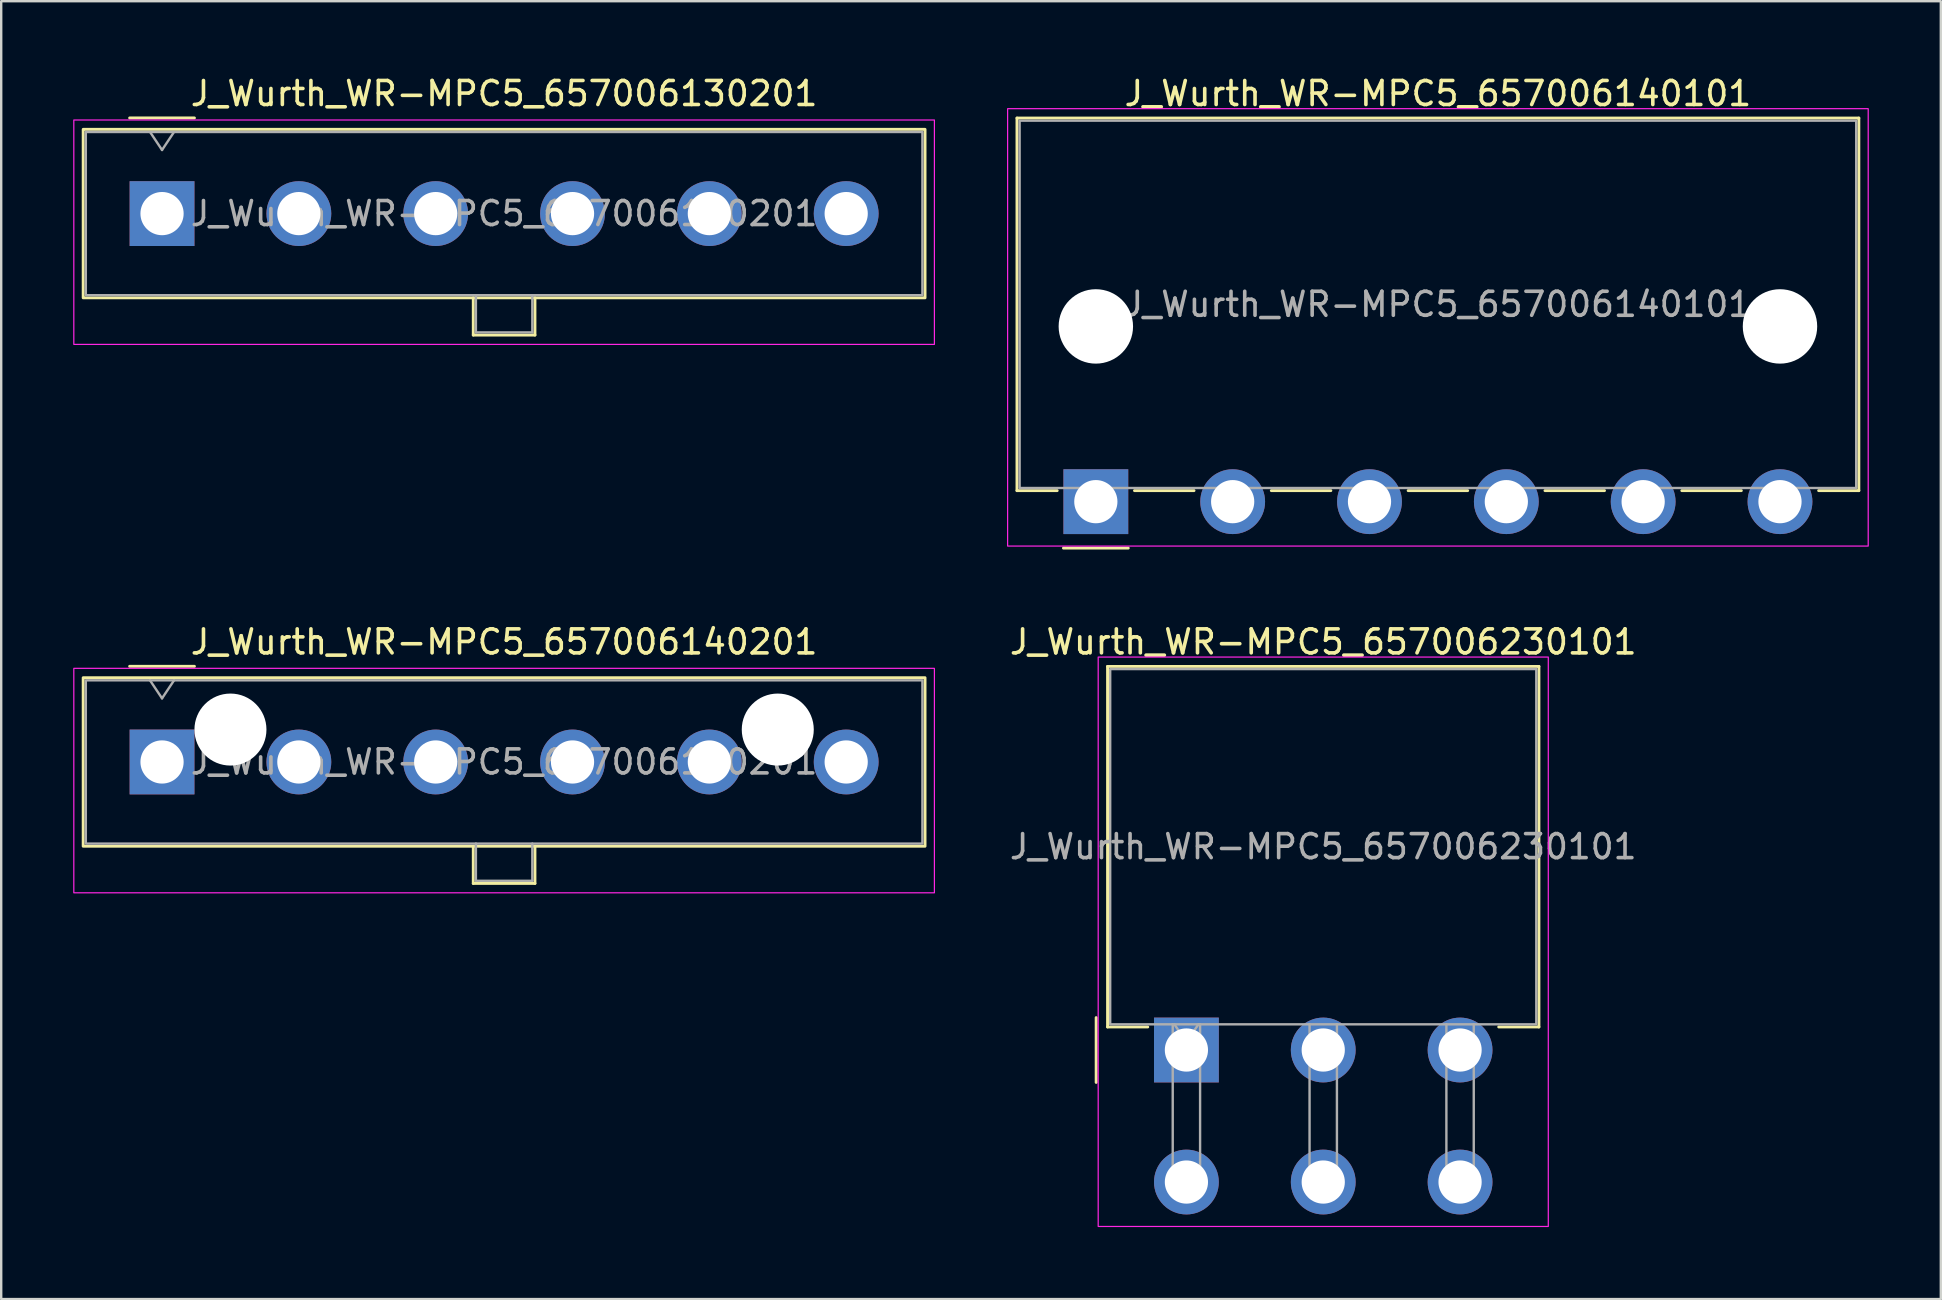
<source format=kicad_pcb>
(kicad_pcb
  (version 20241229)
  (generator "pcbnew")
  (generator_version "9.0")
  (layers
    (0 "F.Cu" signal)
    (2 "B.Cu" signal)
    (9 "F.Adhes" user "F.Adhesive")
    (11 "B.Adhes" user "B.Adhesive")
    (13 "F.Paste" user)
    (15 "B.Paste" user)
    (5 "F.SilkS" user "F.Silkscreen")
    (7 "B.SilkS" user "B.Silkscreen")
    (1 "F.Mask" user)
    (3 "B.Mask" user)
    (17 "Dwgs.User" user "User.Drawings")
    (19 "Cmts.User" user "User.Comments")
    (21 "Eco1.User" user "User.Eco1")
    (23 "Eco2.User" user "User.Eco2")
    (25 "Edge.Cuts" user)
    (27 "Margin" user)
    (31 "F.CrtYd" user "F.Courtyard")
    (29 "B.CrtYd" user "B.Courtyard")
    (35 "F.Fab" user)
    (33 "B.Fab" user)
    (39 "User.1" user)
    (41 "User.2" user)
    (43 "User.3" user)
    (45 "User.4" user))
  (footprint "J_Wurth_WR-MPC5_657006140201"
    (layer "F.Cu")
    (at 3.7 28.692)
    (property "Reference" "J_Wurth_WR-MPC5_657006140201" (at 14.25 -5 0) (unlocked yes) (layer "F.SilkS") (effects (font (size 1 1) (thickness 0.15))))
    (attr through_hole)
    (fp_line (start -1.35 -3.985) (end 1.35 -3.985) (stroke (width 0.12) (type solid)) (layer "F.SilkS"))
    (fp_line (start 12.965 3.51) (end 12.965 5.06) (stroke (width 0.12) (type solid)) (layer "F.SilkS"))
    (fp_line (start 12.965 5.06) (end 15.535 5.06) (stroke (width 0.12) (type solid)) (layer "F.SilkS"))
    (fp_line (start 15.535 3.51) (end 15.535 5.06) (stroke (width 0.12) (type solid)) (layer "F.SilkS"))
    (fp_rect (start -3.285 -3.51) (end 31.785 3.51) (stroke (width 0.12) (type solid)) (fill no) (layer "F.SilkS"))
    (fp_rect (start -3.675 -3.9) (end 32.175 5.45) (stroke (width 0.05) (type solid)) (fill no) (layer "F.CrtYd"))
    (fp_line (start 0 -2.65) (end -0.5 -3.4) (stroke (width 0.1) (type solid)) (layer "F.Fab"))
    (fp_line (start 0 -2.65) (end 0.5 -3.4) (stroke (width 0.1) (type solid)) (layer "F.Fab"))
    (fp_line (start 13.075 4.95) (end 13.075 3.4) (stroke (width 0.1) (type solid)) (layer "F.Fab"))
    (fp_line (start 15.425 3.4) (end 15.425 4.95) (stroke (width 0.1) (type solid)) (layer "F.Fab"))
    (fp_line (start 15.425 4.95) (end 13.075 4.95) (stroke (width 0.1) (type solid)) (layer "F.Fab"))
    (fp_rect (start -3.175 -3.4) (end 31.675 3.4) (stroke (width 0.1) (type solid)) (fill no) (layer "F.Fab"))
    (fp_text user "${REFERENCE}" (at 14.25 0 0) (unlocked yes) (layer "F.Fab") (effects (font (size 1 1) (thickness 0.15))))
    (pad "" np_thru_hole circle (at 2.85 -1.35) (size 3 3) (drill 3) (layers "*.Cu" "*.Mask"))
    (pad "" np_thru_hole circle (at 25.65 -1.35) (size 3 3) (drill 3) (layers "*.Cu" "*.Mask"))
    (pad "1" thru_hole rect (at 0 0 180) (size 2.7 2.7) (drill 1.8) (layers "*.Cu" "*.Mask"))
    (pad "2" thru_hole circle (at 5.7 0 180) (size 2.7 2.7) (drill 1.8) (layers "*.Cu" "*.Mask"))
    (pad "3" thru_hole circle (at 11.4 0 180) (size 2.7 2.7) (drill 1.8) (layers "*.Cu" "*.Mask"))
    (pad "4" thru_hole circle (at 17.1 0 180) (size 2.7 2.7) (drill 1.8) (layers "*.Cu" "*.Mask"))
    (pad "5" thru_hole circle (at 22.8 0 180) (size 2.7 2.7) (drill 1.8) (layers "*.Cu" "*.Mask"))
    (pad "6" thru_hole circle (at 28.5 0 180) (size 2.7 2.7) (drill 1.8) (layers "*.Cu" "*.Mask")))
  (footprint "J_Wurth_WR-MPC5_657006140101"
    (layer "F.Cu")
    (at 42.6 17.848)
    (property "Reference" "J_Wurth_WR-MPC5_657006140101" (at 14.25 -17 0) (unlocked yes) (layer "F.SilkS") (effects (font (size 1 1) (thickness 0.15))))
    (attr through_hole)
    (fp_line (start -3.285 -15.98) (end -3.285 -0.46) (stroke (width 0.12) (type solid)) (layer "F.SilkS"))
    (fp_line (start -3.285 -15.98) (end 31.785 -15.98) (stroke (width 0.12) (type solid)) (layer "F.SilkS"))
    (fp_line (start -1.61 -0.46) (end -3.285 -0.46) (stroke (width 0.12) (type solid)) (layer "F.SilkS"))
    (fp_line (start 1.35 1.935) (end -1.35 1.935) (stroke (width 0.12) (type solid)) (layer "F.SilkS"))
    (fp_line (start 4.09 -0.46) (end 1.61 -0.46) (stroke (width 0.12) (type solid)) (layer "F.SilkS"))
    (fp_line (start 9.79 -0.46) (end 7.31 -0.46) (stroke (width 0.12) (type solid)) (layer "F.SilkS"))
    (fp_line (start 15.49 -0.46) (end 13.01 -0.46) (stroke (width 0.12) (type solid)) (layer "F.SilkS"))
    (fp_line (start 21.19 -0.46) (end 18.71 -0.46) (stroke (width 0.12) (type solid)) (layer "F.SilkS"))
    (fp_line (start 26.89 -0.46) (end 24.41 -0.46) (stroke (width 0.12) (type solid)) (layer "F.SilkS"))
    (fp_line (start 30.11 -0.46) (end 31.785 -0.46) (stroke (width 0.12) (type solid)) (layer "F.SilkS"))
    (fp_line (start 31.785 -15.98) (end 31.785 -0.46) (stroke (width 0.12) (type solid)) (layer "F.SilkS"))
    (fp_rect (start -3.675 -16.37) (end 32.175 1.85) (stroke (width 0.05) (type solid)) (fill no) (layer "F.CrtYd"))
    (fp_line (start 0 0.18) (end -0.5 -0.57) (stroke (width 0.1) (type solid)) (layer "F.Fab"))
    (fp_line (start 0 0.18) (end 0.5 -0.57) (stroke (width 0.1) (type solid)) (layer "F.Fab"))
    (fp_rect (start -3.175 -15.87) (end 31.675 -0.57) (stroke (width 0.1) (type solid)) (fill no) (layer "F.Fab"))
    (fp_text user "${REFERENCE}" (at 14.25 -8.22 0) (unlocked yes) (layer "F.Fab") (effects (font (size 1 1) (thickness 0.15))))
    (pad "" np_thru_hole circle (at 0 -7.3) (size 3.1 3.1) (drill 3.1) (layers "*.Cu" "*.Mask"))
    (pad "" np_thru_hole circle (at 28.5 -7.3) (size 3.1 3.1) (drill 3.1) (layers "*.Cu" "*.Mask"))
    (pad "1" thru_hole rect (at 0 0 180) (size 2.7 2.7) (drill 1.8) (layers "*.Cu" "*.Mask"))
    (pad "2" thru_hole circle (at 5.7 0 180) (size 2.7 2.7) (drill 1.8) (layers "*.Cu" "*.Mask"))
    (pad "3" thru_hole circle (at 11.4 0 180) (size 2.7 2.7) (drill 1.8) (layers "*.Cu" "*.Mask"))
    (pad "4" thru_hole circle (at 17.1 0 180) (size 2.7 2.7) (drill 1.8) (layers "*.Cu" "*.Mask"))
    (pad "5" thru_hole circle (at 22.8 0 180) (size 2.7 2.7) (drill 1.8) (layers "*.Cu" "*.Mask"))
    (pad "6" thru_hole circle (at 28.5 0 180) (size 2.7 2.7) (drill 1.8) (layers "*.Cu" "*.Mask")))
  (footprint "J_Wurth_WR-MPC5_657006230101"
    (layer "F.Cu")
    (at 46.373 40.691)
    (property "Reference" "J_Wurth_WR-MPC5_657006230101" (at 5.7 -17 0) (unlocked yes) (layer "F.SilkS") (effects (font (size 1 1) (thickness 0.15))))
    (attr through_hole)
    (fp_line (start -3.76 -1.35) (end -3.76 1.35) (stroke (width 0.12) (type solid)) (layer "F.SilkS"))
    (fp_line (start -3.285 -15.98) (end -3.285 -0.96) (stroke (width 0.12) (type solid)) (layer "F.SilkS"))
    (fp_line (start -3.285 -15.98) (end 14.685 -15.98) (stroke (width 0.12) (type solid)) (layer "F.SilkS"))
    (fp_line (start -1.61 -0.96) (end -3.285 -0.96) (stroke (width 0.12) (type solid)) (layer "F.SilkS"))
    (fp_line (start 14.685 -15.98) (end 14.685 -0.96) (stroke (width 0.12) (type solid)) (layer "F.SilkS"))
    (fp_line (start 14.685 -0.96) (end 13.01 -0.96) (stroke (width 0.12) (type solid)) (layer "F.SilkS"))
    (fp_rect (start -3.675 -16.37) (end 15.075 7.35) (stroke (width 0.05) (type solid)) (fill no) (layer "F.CrtYd"))
    (fp_line (start -0.57 0.57) (end -0.57 -1.07) (stroke (width 0.1) (type solid)) (layer "F.Fab"))
    (fp_line (start -0.57 0.57) (end 0.57 0.57) (stroke (width 0.1) (type solid)) (layer "F.Fab"))
    (fp_line (start -0.57 6.07) (end -0.57 0.57) (stroke (width 0.1) (type solid)) (layer "F.Fab"))
    (fp_line (start 0 -0.32) (end -0.5 -1.07) (stroke (width 0.1) (type solid)) (layer "F.Fab"))
    (fp_line (start 0 -0.32) (end 0.5 -1.07) (stroke (width 0.1) (type solid)) (layer "F.Fab"))
    (fp_line (start 0.57 0.57) (end 0.57 -1.07) (stroke (width 0.1) (type solid)) (layer "F.Fab"))
    (fp_line (start 0.57 6.07) (end -0.57 6.07) (stroke (width 0.1) (type solid)) (layer "F.Fab"))
    (fp_line (start 0.57 6.07) (end 0.57 0.57) (stroke (width 0.1) (type solid)) (layer "F.Fab"))
    (fp_line (start 5.13 0.57) (end 5.13 -1.07) (stroke (width 0.1) (type solid)) (layer "F.Fab"))
    (fp_line (start 5.13 0.57) (end 6.27 0.57) (stroke (width 0.1) (type solid)) (layer "F.Fab"))
    (fp_line (start 5.13 6.07) (end 5.13 0.57) (stroke (width 0.1) (type solid)) (layer "F.Fab"))
    (fp_line (start 6.27 0.57) (end 6.27 -1.07) (stroke (width 0.1) (type solid)) (layer "F.Fab"))
    (fp_line (start 6.27 6.07) (end 5.13 6.07) (stroke (width 0.1) (type solid)) (layer "F.Fab"))
    (fp_line (start 6.27 6.07) (end 6.27 0.57) (stroke (width 0.1) (type solid)) (layer "F.Fab"))
    (fp_line (start 10.83 0.57) (end 10.83 -1.07) (stroke (width 0.1) (type solid)) (layer "F.Fab"))
    (fp_line (start 10.83 0.57) (end 11.97 0.57) (stroke (width 0.1) (type solid)) (layer "F.Fab"))
    (fp_line (start 10.83 6.07) (end 10.83 0.57) (stroke (width 0.1) (type solid)) (layer "F.Fab"))
    (fp_line (start 11.97 0.57) (end 11.97 -1.07) (stroke (width 0.1) (type solid)) (layer "F.Fab"))
    (fp_line (start 11.97 6.07) (end 10.83 6.07) (stroke (width 0.1) (type solid)) (layer "F.Fab"))
    (fp_line (start 11.97 6.07) (end 11.97 0.57) (stroke (width 0.1) (type solid)) (layer "F.Fab"))
    (fp_rect (start -3.175 -15.87) (end 14.575 -1.07) (stroke (width 0.1) (type solid)) (fill no) (layer "F.Fab"))
    (fp_text user "${REFERENCE}" (at 5.7 -8.47 0) (unlocked yes) (layer "F.Fab") (effects (font (size 1 1) (thickness 0.15))))
    (pad "1" thru_hole rect (at 0 0 180) (size 2.7 2.7) (drill 1.8) (layers "*.Cu" "*.Mask"))
    (pad "2" thru_hole circle (at 5.7 0 180) (size 2.7 2.7) (drill 1.8) (layers "*.Cu" "*.Mask"))
    (pad "3" thru_hole circle (at 11.4 0 180) (size 2.7 2.7) (drill 1.8) (layers "*.Cu" "*.Mask"))
    (pad "4" thru_hole circle (at 0 5.5 180) (size 2.7 2.7) (drill 1.8) (layers "*.Cu" "*.Mask"))
    (pad "5" thru_hole circle (at 5.7 5.5 180) (size 2.7 2.7) (drill 1.8) (layers "*.Cu" "*.Mask"))
    (pad "6" thru_hole circle (at 11.4 5.5 180) (size 2.7 2.7) (drill 1.8) (layers "*.Cu" "*.Mask")))
  (footprint "J_Wurth_WR-MPC5_657006130201"
    (layer "F.Cu")
    (at 3.7 5.848)
    (property "Reference" "J_Wurth_WR-MPC5_657006130201" (at 14.25 -5 0) (unlocked yes) (layer "F.SilkS") (effects (font (size 1 1) (thickness 0.15))))
    (attr through_hole)
    (fp_line (start -1.35 -3.985) (end 1.35 -3.985) (stroke (width 0.12) (type solid)) (layer "F.SilkS"))
    (fp_line (start 12.965 3.51) (end 12.965 5.06) (stroke (width 0.12) (type solid)) (layer "F.SilkS"))
    (fp_line (start 12.965 5.06) (end 15.535 5.06) (stroke (width 0.12) (type solid)) (layer "F.SilkS"))
    (fp_line (start 15.535 3.51) (end 15.535 5.06) (stroke (width 0.12) (type solid)) (layer "F.SilkS"))
    (fp_rect (start -3.285 -3.51) (end 31.785 3.51) (stroke (width 0.12) (type solid)) (fill no) (layer "F.SilkS"))
    (fp_rect (start -3.675 -3.9) (end 32.175 5.45) (stroke (width 0.05) (type solid)) (fill no) (layer "F.CrtYd"))
    (fp_line (start 0 -2.65) (end -0.5 -3.4) (stroke (width 0.1) (type solid)) (layer "F.Fab"))
    (fp_line (start 0 -2.65) (end 0.5 -3.4) (stroke (width 0.1) (type solid)) (layer "F.Fab"))
    (fp_line (start 13.075 4.95) (end 13.075 3.4) (stroke (width 0.1) (type solid)) (layer "F.Fab"))
    (fp_line (start 15.425 3.4) (end 15.425 4.95) (stroke (width 0.1) (type solid)) (layer "F.Fab"))
    (fp_line (start 15.425 4.95) (end 13.075 4.95) (stroke (width 0.1) (type solid)) (layer "F.Fab"))
    (fp_rect (start -3.175 -3.4) (end 31.675 3.4) (stroke (width 0.1) (type solid)) (fill no) (layer "F.Fab"))
    (fp_text user "${REFERENCE}" (at 14.25 0 0) (unlocked yes) (layer "F.Fab") (effects (font (size 1 1) (thickness 0.15))))
    (pad "1" thru_hole rect (at 0 0 180) (size 2.7 2.7) (drill 1.8) (layers "*.Cu" "*.Mask"))
    (pad "2" thru_hole circle (at 5.7 0 180) (size 2.7 2.7) (drill 1.8) (layers "*.Cu" "*.Mask"))
    (pad "3" thru_hole circle (at 11.4 0 180) (size 2.7 2.7) (drill 1.8) (layers "*.Cu" "*.Mask"))
    (pad "4" thru_hole circle (at 17.1 0 180) (size 2.7 2.7) (drill 1.8) (layers "*.Cu" "*.Mask"))
    (pad "5" thru_hole circle (at 22.8 0 180) (size 2.7 2.7) (drill 1.8) (layers "*.Cu" "*.Mask"))
    (pad "6" thru_hole circle (at 28.5 0 180) (size 2.7 2.7) (drill 1.8) (layers "*.Cu" "*.Mask")))
  (gr_rect
    (start -3 -3)
    (end 77.8 51.066)
    (stroke (width 0.1) (type default))
    (fill no)
    (layer "Edge.Cuts")))
</source>
